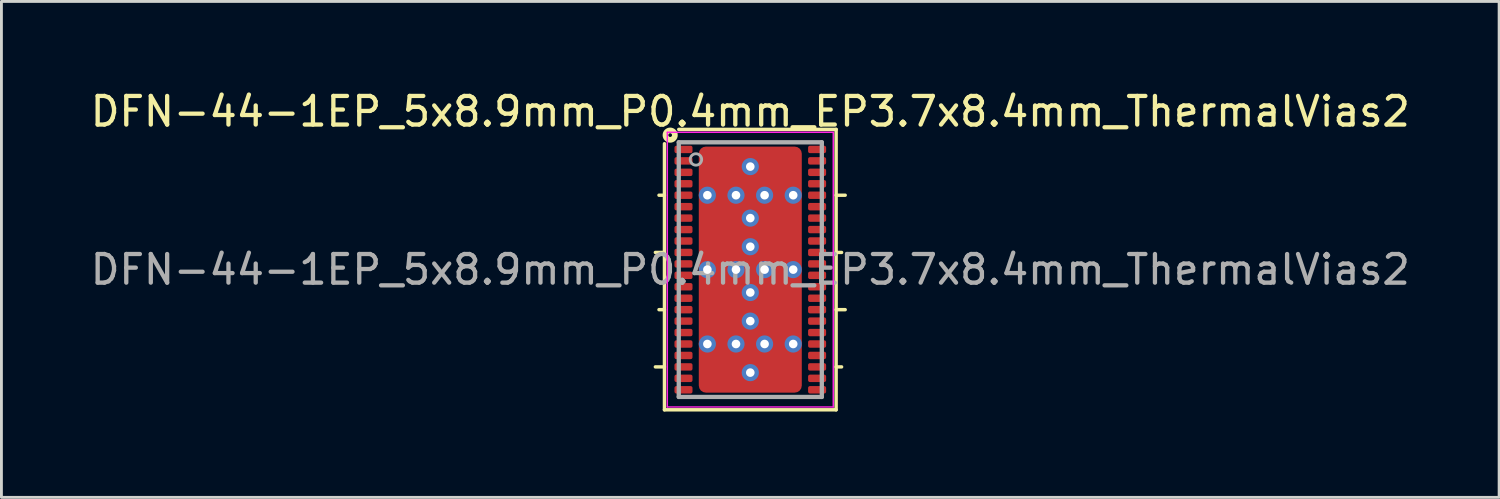
<source format=kicad_pcb>
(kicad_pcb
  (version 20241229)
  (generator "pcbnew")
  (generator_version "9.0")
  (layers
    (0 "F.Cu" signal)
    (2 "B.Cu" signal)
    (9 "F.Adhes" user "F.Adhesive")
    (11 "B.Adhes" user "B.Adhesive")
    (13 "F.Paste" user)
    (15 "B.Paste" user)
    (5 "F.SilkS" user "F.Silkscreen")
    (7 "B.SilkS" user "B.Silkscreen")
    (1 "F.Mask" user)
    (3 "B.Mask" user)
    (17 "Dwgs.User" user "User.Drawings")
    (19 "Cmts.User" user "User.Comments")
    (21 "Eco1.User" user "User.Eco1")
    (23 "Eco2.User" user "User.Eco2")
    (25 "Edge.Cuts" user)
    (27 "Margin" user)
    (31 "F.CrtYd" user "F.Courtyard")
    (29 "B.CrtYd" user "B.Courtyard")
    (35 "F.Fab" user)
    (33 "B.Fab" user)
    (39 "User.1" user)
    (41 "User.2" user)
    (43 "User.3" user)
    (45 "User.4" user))
  (footprint "DFN-44-1EP_5x8.9mm_P0.4mm_EP3.7x8.4mm_ThermalVias2"
    (layer "F.Cu")
    (at 23.173 6.373)
    (property "Reference" "DFN-44-1EP_5x8.9mm_P0.4mm_EP3.7x8.4mm_ThermalVias2" (at 0 -5.525 0) (layer "F.SilkS") (effects (font (size 1 1) (thickness 0.15))))
    (attr smd)
    (fp_line (start -3 -2.6) (end -3.191 -2.6) (stroke (width 0.12) (type solid)) (layer "F.SilkS"))
    (fp_line (start -3 -0.6) (end -3.317 -0.6) (stroke (width 0.12) (type solid)) (layer "F.SilkS"))
    (fp_line (start -3 1.4) (end -3.191 1.4) (stroke (width 0.12) (type solid)) (layer "F.SilkS"))
    (fp_line (start -3 3.4) (end -3.317 3.4) (stroke (width 0.12) (type solid)) (layer "F.SilkS"))
    (fp_line (start -3 4.9) (end -3 -4.4) (stroke (width 0.12) (type solid)) (layer "F.SilkS"))
    (fp_line (start -2.5 -4.9) (end 3 -4.9) (stroke (width 0.12) (type solid)) (layer "F.SilkS"))
    (fp_line (start 3 -4.9) (end 3 4.9) (stroke (width 0.12) (type solid)) (layer "F.SilkS"))
    (fp_line (start 3 -2.6) (end 3.317 -2.6) (stroke (width 0.12) (type solid)) (layer "F.SilkS"))
    (fp_line (start 3 -0.6) (end 3.191 -0.6) (stroke (width 0.12) (type solid)) (layer "F.SilkS"))
    (fp_line (start 3 1.4) (end 3.317 1.4) (stroke (width 0.12) (type solid)) (layer "F.SilkS"))
    (fp_line (start 3 3.4) (end 3.191 3.4) (stroke (width 0.12) (type solid)) (layer "F.SilkS"))
    (fp_line (start 3 4.9) (end -3 4.9) (stroke (width 0.12) (type solid)) (layer "F.SilkS"))
    (fp_circle (center -2.8 -4.7) (end -2.736 -4.7) (stroke (width 0.2) (type solid)) (fill no) (layer "F.SilkS"))
    (fp_line (start -2.9 -4.8) (end -2.9 4.8) (stroke (width 0.05) (type solid)) (layer "F.CrtYd"))
    (fp_line (start -2.9 -4.8) (end 2.9 -4.8) (stroke (width 0.05) (type solid)) (layer "F.CrtYd"))
    (fp_line (start -2.9 4.8) (end 2.9 4.8) (stroke (width 0.05) (type solid)) (layer "F.CrtYd"))
    (fp_line (start 2.9 -4.8) (end 2.9 4.8) (stroke (width 0.05) (type solid)) (layer "F.CrtYd"))
    (fp_line (start -2.5 -4.45) (end 2.5 -4.45) (stroke (width 0.15) (type solid)) (layer "F.Fab"))
    (fp_line (start -2.5 4.45) (end -2.5 -4.45) (stroke (width 0.15) (type solid)) (layer "F.Fab"))
    (fp_line (start 2.5 -4.45) (end 2.5 4.45) (stroke (width 0.15) (type solid)) (layer "F.Fab"))
    (fp_line (start 2.5 4.45) (end -2.5 4.45) (stroke (width 0.15) (type solid)) (layer "F.Fab"))
    (fp_circle (center -1.9 -3.85) (end -1.7 -3.85) (stroke (width 0.1) (type solid)) (fill no) (layer "F.Fab"))
    (fp_text user "${REFERENCE}" (at 0 0 0) (layer "F.Fab") (effects (font (size 1 1) (thickness 0.15))))
    (pad "" smd roundrect (at -1 -3.55) (size 1.1 1) (layers "F.Paste") (roundrect_rratio 0.238))
    (pad "" smd roundrect (at -1 -3.55) (size 1.4 1.3) (layers "F.Mask") (roundrect_rratio 0.192))
    (pad "" smd roundrect (at -1 -1.8) (size 1.1 0.7) (layers "F.Paste") (roundrect_rratio 0.25))
    (pad "" smd roundrect (at -1 -1.3) (size 1.4 2) (layers "F.Mask") (roundrect_rratio 0.179))
    (pad "" smd roundrect (at -1 -0.8) (size 1.1 0.7) (layers "F.Paste") (roundrect_rratio 0.25))
    (pad "" smd roundrect (at -1 0.8) (size 1.1 0.7) (layers "F.Paste") (roundrect_rratio 0.25))
    (pad "" smd roundrect (at -1 1.3) (size 1.4 2) (layers "F.Mask") (roundrect_rratio 0.179))
    (pad "" smd roundrect (at -1 1.8) (size 1.1 0.7) (layers "F.Paste") (roundrect_rratio 0.25))
    (pad "" smd roundrect (at -1 3.55) (size 1.1 1) (layers "F.Paste") (roundrect_rratio 0.238))
    (pad "" smd roundrect (at -1 3.55) (size 1.4 1.3) (layers "F.Mask") (roundrect_rratio 0.192))
    (pad "" smd roundrect (at 1 -3.55) (size 1.1 1) (layers "F.Paste") (roundrect_rratio 0.238))
    (pad "" smd roundrect (at 1 -3.55) (size 1.4 1.3) (layers "F.Mask") (roundrect_rratio 0.192))
    (pad "" smd roundrect (at 1 -1.8) (size 1.1 0.7) (layers "F.Paste") (roundrect_rratio 0.25))
    (pad "" smd roundrect (at 1 -1.3) (size 1.4 2) (layers "F.Mask") (roundrect_rratio 0.179))
    (pad "" smd roundrect (at 1 -0.8) (size 1.1 0.7) (layers "F.Paste") (roundrect_rratio 0.25))
    (pad "" smd roundrect (at 1 0.8) (size 1.1 0.7) (layers "F.Paste") (roundrect_rratio 0.25))
    (pad "" smd roundrect (at 1 1.3) (size 1.4 2) (layers "F.Mask") (roundrect_rratio 0.179))
    (pad "" smd roundrect (at 1 1.8) (size 1.1 0.7) (layers "F.Paste") (roundrect_rratio 0.25))
    (pad "" smd roundrect (at 1 3.55) (size 1.1 1) (layers "F.Paste") (roundrect_rratio 0.238))
    (pad "" smd roundrect (at 1 3.55) (size 1.4 1.3) (layers "F.Mask") (roundrect_rratio 0.192))
    (pad "1" smd roundrect (at -2.335 -4.2) (size 0.63 0.26) (layers "F.Cu" "F.Mask" "F.Paste") (roundrect_rratio 0.25))
    (pad "2" smd roundrect (at -2.335 -3.8) (size 0.63 0.26) (layers "F.Cu" "F.Mask" "F.Paste") (roundrect_rratio 0.25))
    (pad "3" smd roundrect (at -2.335 -3.4) (size 0.63 0.26) (layers "F.Cu" "F.Mask" "F.Paste") (roundrect_rratio 0.25))
    (pad "4" smd roundrect (at -2.335 -3) (size 0.63 0.26) (layers "F.Cu" "F.Mask" "F.Paste") (roundrect_rratio 0.25))
    (pad "5" smd roundrect (at -2.335 -2.6) (size 0.63 0.26) (layers "F.Cu" "F.Mask" "F.Paste") (roundrect_rratio 0.25))
    (pad "6" smd roundrect (at -2.335 -2.2) (size 0.63 0.26) (layers "F.Cu" "F.Mask" "F.Paste") (roundrect_rratio 0.25))
    (pad "7" smd roundrect (at -2.335 -1.8) (size 0.63 0.26) (layers "F.Cu" "F.Mask" "F.Paste") (roundrect_rratio 0.25))
    (pad "8" smd roundrect (at -2.335 -1.4) (size 0.63 0.26) (layers "F.Cu" "F.Mask" "F.Paste") (roundrect_rratio 0.25))
    (pad "9" smd roundrect (at -2.335 -1) (size 0.63 0.26) (layers "F.Cu" "F.Mask" "F.Paste") (roundrect_rratio 0.25))
    (pad "10" smd roundrect (at -2.335 -0.6) (size 0.63 0.26) (layers "F.Cu" "F.Mask" "F.Paste") (roundrect_rratio 0.25))
    (pad "11" smd roundrect (at -2.335 -0.2) (size 0.63 0.26) (layers "F.Cu" "F.Mask" "F.Paste") (roundrect_rratio 0.25))
    (pad "12" smd roundrect (at -2.335 0.2) (size 0.63 0.26) (layers "F.Cu" "F.Mask" "F.Paste") (roundrect_rratio 0.25))
    (pad "13" smd roundrect (at -2.335 0.6) (size 0.63 0.26) (layers "F.Cu" "F.Mask" "F.Paste") (roundrect_rratio 0.25))
    (pad "14" smd roundrect (at -2.335 1) (size 0.63 0.26) (layers "F.Cu" "F.Mask" "F.Paste") (roundrect_rratio 0.25))
    (pad "15" smd roundrect (at -2.335 1.4) (size 0.63 0.26) (layers "F.Cu" "F.Mask" "F.Paste") (roundrect_rratio 0.25))
    (pad "16" smd roundrect (at -2.335 1.8) (size 0.63 0.26) (layers "F.Cu" "F.Mask" "F.Paste") (roundrect_rratio 0.25))
    (pad "17" smd roundrect (at -2.335 2.2) (size 0.63 0.26) (layers "F.Cu" "F.Mask" "F.Paste") (roundrect_rratio 0.25))
    (pad "18" smd roundrect (at -2.335 2.6) (size 0.63 0.26) (layers "F.Cu" "F.Mask" "F.Paste") (roundrect_rratio 0.25))
    (pad "19" smd roundrect (at -2.335 3) (size 0.63 0.26) (layers "F.Cu" "F.Mask" "F.Paste") (roundrect_rratio 0.25))
    (pad "20" smd roundrect (at -2.335 3.4) (size 0.63 0.26) (layers "F.Cu" "F.Mask" "F.Paste") (roundrect_rratio 0.25))
    (pad "21" smd roundrect (at -2.335 3.8) (size 0.63 0.26) (layers "F.Cu" "F.Mask" "F.Paste") (roundrect_rratio 0.25))
    (pad "22" smd roundrect (at -2.335 4.2) (size 0.63 0.26) (layers "F.Cu" "F.Mask" "F.Paste") (roundrect_rratio 0.25))
    (pad "23" smd roundrect (at 2.335 4.2) (size 0.63 0.26) (layers "F.Cu" "F.Mask" "F.Paste") (roundrect_rratio 0.25))
    (pad "24" smd roundrect (at 2.335 3.8) (size 0.63 0.26) (layers "F.Cu" "F.Mask" "F.Paste") (roundrect_rratio 0.25))
    (pad "25" smd roundrect (at 2.335 3.4) (size 0.63 0.26) (layers "F.Cu" "F.Mask" "F.Paste") (roundrect_rratio 0.25))
    (pad "26" smd roundrect (at 2.335 3) (size 0.63 0.26) (layers "F.Cu" "F.Mask" "F.Paste") (roundrect_rratio 0.25))
    (pad "27" smd roundrect (at 2.335 2.6) (size 0.63 0.26) (layers "F.Cu" "F.Mask" "F.Paste") (roundrect_rratio 0.25))
    (pad "28" smd roundrect (at 2.335 2.2) (size 0.63 0.26) (layers "F.Cu" "F.Mask" "F.Paste") (roundrect_rratio 0.25))
    (pad "29" smd roundrect (at 2.335 1.8) (size 0.63 0.26) (layers "F.Cu" "F.Mask" "F.Paste") (roundrect_rratio 0.25))
    (pad "30" smd roundrect (at 2.335 1.4) (size 0.63 0.26) (layers "F.Cu" "F.Mask" "F.Paste") (roundrect_rratio 0.25))
    (pad "31" smd roundrect (at 2.335 1) (size 0.63 0.26) (layers "F.Cu" "F.Mask" "F.Paste") (roundrect_rratio 0.25))
    (pad "32" smd roundrect (at 2.335 0.6) (size 0.63 0.26) (layers "F.Cu" "F.Mask" "F.Paste") (roundrect_rratio 0.25))
    (pad "33" smd roundrect (at 2.335 0.2) (size 0.63 0.26) (layers "F.Cu" "F.Mask" "F.Paste") (roundrect_rratio 0.25))
    (pad "34" smd roundrect (at 2.335 -0.2) (size 0.63 0.26) (layers "F.Cu" "F.Mask" "F.Paste") (roundrect_rratio 0.25))
    (pad "35" smd roundrect (at 2.335 -0.6) (size 0.63 0.26) (layers "F.Cu" "F.Mask" "F.Paste") (roundrect_rratio 0.25))
    (pad "36" smd roundrect (at 2.335 -1) (size 0.63 0.26) (layers "F.Cu" "F.Mask" "F.Paste") (roundrect_rratio 0.25))
    (pad "37" smd roundrect (at 2.335 -1.4) (size 0.63 0.26) (layers "F.Cu" "F.Mask" "F.Paste") (roundrect_rratio 0.25))
    (pad "38" smd roundrect (at 2.335 -1.8) (size 0.63 0.26) (layers "F.Cu" "F.Mask" "F.Paste") (roundrect_rratio 0.25))
    (pad "39" smd roundrect (at 2.335 -2.2) (size 0.63 0.26) (layers "F.Cu" "F.Mask" "F.Paste") (roundrect_rratio 0.25))
    (pad "40" smd roundrect (at 2.335 -2.6) (size 0.63 0.26) (layers "F.Cu" "F.Mask" "F.Paste") (roundrect_rratio 0.25))
    (pad "41" smd roundrect (at 2.335 -3) (size 0.63 0.26) (layers "F.Cu" "F.Mask" "F.Paste") (roundrect_rratio 0.25))
    (pad "42" smd roundrect (at 2.335 -3.4) (size 0.63 0.26) (layers "F.Cu" "F.Mask" "F.Paste") (roundrect_rratio 0.25))
    (pad "43" smd roundrect (at 2.335 -3.8) (size 0.63 0.26) (layers "F.Cu" "F.Mask" "F.Paste") (roundrect_rratio 0.25))
    (pad "44" smd roundrect (at 2.335 -4.2) (size 0.63 0.26) (layers "F.Cu" "F.Mask" "F.Paste") (roundrect_rratio 0.25))
    (pad "45" thru_hole circle (at -1.5 -2.6) (size 0.6 0.6) (drill 0.3) (property pad_prop_heatsink) (layers "*.Cu" "*.Mask"))
    (pad "45" thru_hole circle (at -1.5 0) (size 0.6 0.6) (drill 0.3) (property pad_prop_heatsink) (layers "*.Cu" "*.Mask"))
    (pad "45" thru_hole circle (at -1.5 2.6) (size 0.6 0.6) (drill 0.3) (property pad_prop_heatsink) (layers "*.Cu" "*.Mask"))
    (pad "45" thru_hole circle (at -0.5 -2.6) (size 0.6 0.6) (drill 0.3) (property pad_prop_heatsink) (layers "*.Cu" "*.Mask"))
    (pad "45" thru_hole circle (at -0.5 0) (size 0.6 0.6) (drill 0.3) (property pad_prop_heatsink) (layers "*.Cu" "*.Mask"))
    (pad "45" thru_hole circle (at -0.5 2.6) (size 0.6 0.6) (drill 0.3) (property pad_prop_heatsink) (layers "*.Cu" "*.Mask"))
    (pad "45" thru_hole circle (at 0 -3.6) (size 0.6 0.6) (drill 0.3) (property pad_prop_heatsink) (layers "*.Cu" "*.Mask"))
    (pad "45" thru_hole circle (at 0 -1.8) (size 0.6 0.6) (drill 0.3) (property pad_prop_heatsink) (layers "*.Cu" "*.Mask"))
    (pad "45" thru_hole circle (at 0 -0.8) (size 0.6 0.6) (drill 0.3) (property pad_prop_heatsink) (layers "*.Cu" "*.Mask"))
    (pad "45" smd roundrect (at 0 0) (size 3.6 8.6) (layers "F.Cu") (roundrect_rratio 0.069))
    (pad "45" thru_hole circle (at 0 0.8) (size 0.6 0.6) (drill 0.3) (property pad_prop_heatsink) (layers "*.Cu" "*.Mask"))
    (pad "45" thru_hole circle (at 0 1.8) (size 0.6 0.6) (drill 0.3) (property pad_prop_heatsink) (layers "*.Cu" "*.Mask"))
    (pad "45" thru_hole circle (at 0 3.6) (size 0.6 0.6) (drill 0.3) (property pad_prop_heatsink) (layers "*.Cu" "*.Mask"))
    (pad "45" thru_hole circle (at 0.5 -2.6) (size 0.6 0.6) (drill 0.3) (property pad_prop_heatsink) (layers "*.Cu" "*.Mask"))
    (pad "45" thru_hole circle (at 0.5 0) (size 0.6 0.6) (drill 0.3) (property pad_prop_heatsink) (layers "*.Cu" "*.Mask"))
    (pad "45" thru_hole circle (at 0.5 2.6) (size 0.6 0.6) (drill 0.3) (property pad_prop_heatsink) (layers "*.Cu" "*.Mask"))
    (pad "45" thru_hole circle (at 1.5 -2.6) (size 0.6 0.6) (drill 0.3) (property pad_prop_heatsink) (layers "*.Cu" "*.Mask"))
    (pad "45" thru_hole circle (at 1.5 0) (size 0.6 0.6) (drill 0.3) (property pad_prop_heatsink) (layers "*.Cu" "*.Mask"))
    (pad "45" thru_hole circle (at 1.5 2.6) (size 0.6 0.6) (drill 0.3) (property pad_prop_heatsink) (layers "*.Cu" "*.Mask")))
  (gr_rect
    (start -3 -3)
    (end 49.345 14.333)
    (stroke (width 0.1) (type default))
    (fill no)
    (layer "Edge.Cuts")))
</source>
